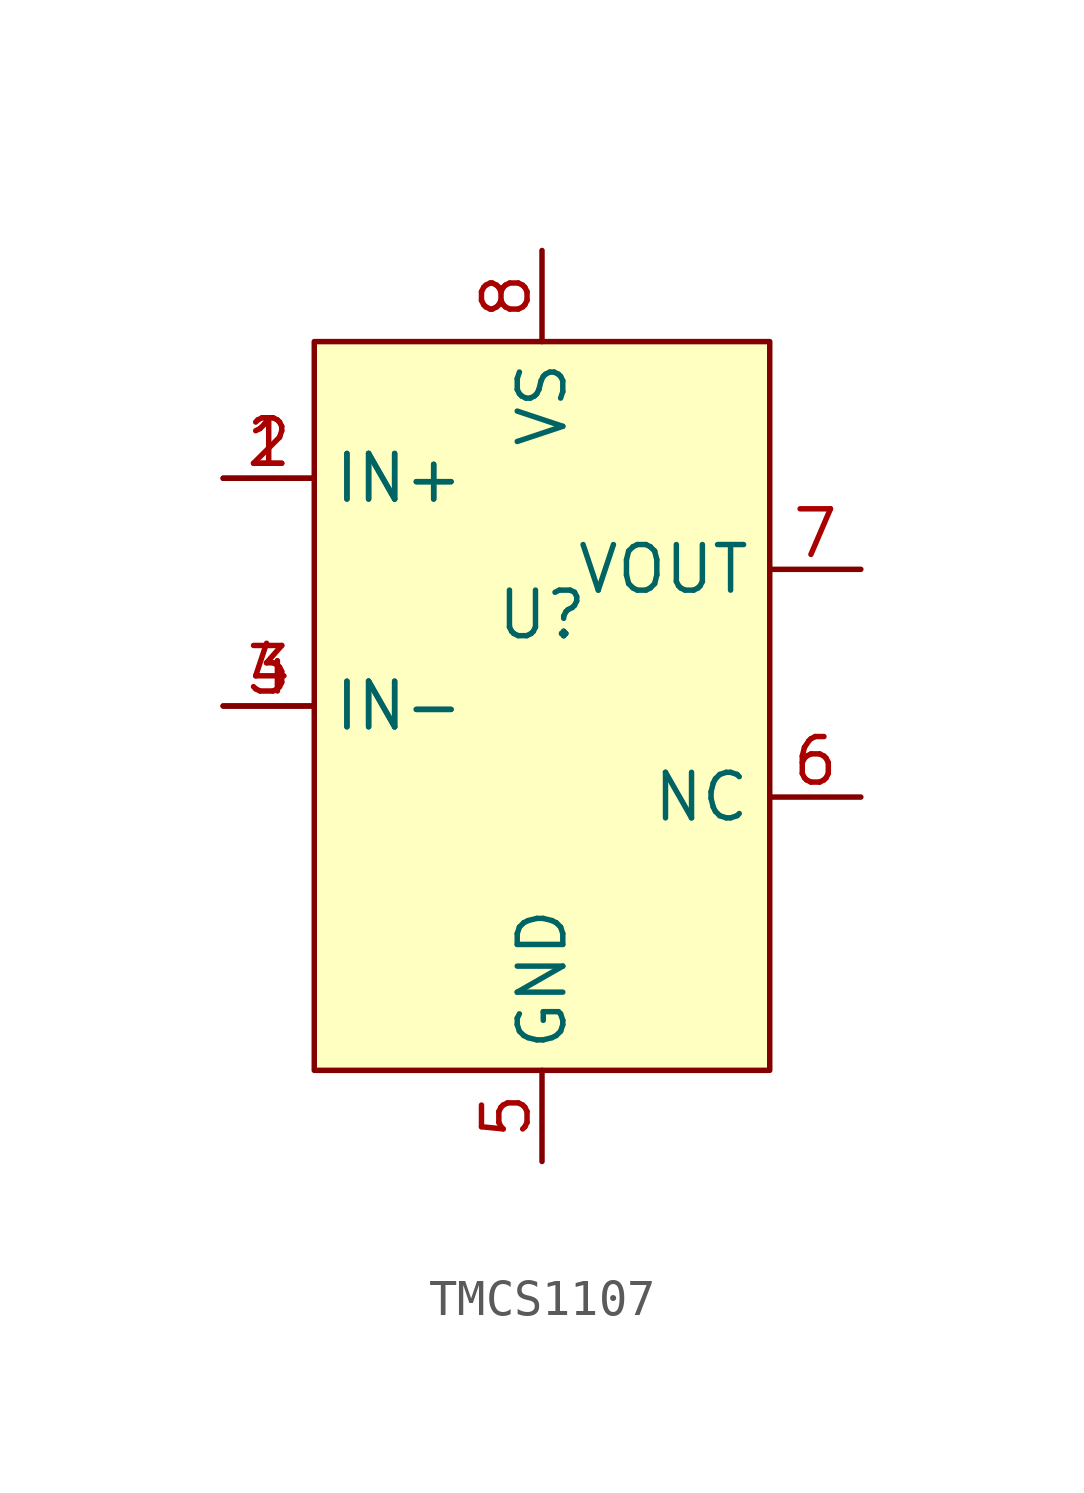
<source format=kicad_sym>
(kicad_symbol_lib
  (version 20241209)
  (generator "kicad_symbol_editor")
  (generator_version "9.0")
  (symbol "TMCS1107"
    (property "Reference" "U"
      (at 0 0 0)
      (effects (font (size 1.27 1.27))))
    (property "Value" ""
      (at 0 0 0)
      (effects (font (size 1.27 1.27))))
    (symbol "TMCS1107_1_1"
      (rectangle (start -6.35 7.62) (end 6.35 -12.7) (stroke (width 0) (type solid)) (fill (type background)))
      (pin input line (at -8.89 3.81 0) (length 2.54) (name "IN+" (effects (font (size 1.27 1.27)))) (number "1" (effects (font (size 1.27 1.27)))))
      (pin input line (at -8.89 3.81 0) (length 2.54) (name "IN+" (effects (font (size 1.27 1.27)))) (number "2" (effects (font (size 1.27 1.27)))))
      (pin output line (at -8.89 -2.54 0) (length 2.54) (name "IN-" (effects (font (size 1.27 1.27)))) (number "3" (effects (font (size 1.27 1.27)))))
      (pin output line (at -8.89 -2.54 0) (length 2.54) (name "IN-" (effects (font (size 1.27 1.27)))) (number "4" (effects (font (size 1.27 1.27)))))
      (pin power_in line (at 0 10.16 270) (length 2.54) (name "VS" (effects (font (size 1.27 1.27)))) (number "8" (effects (font (size 1.27 1.27)))))
      (pin power_in line (at 0 -15.24 90) (length 2.54) (name "GND" (effects (font (size 1.27 1.27)))) (number "5" (effects (font (size 1.27 1.27)))))
      (pin output line (at 8.89 1.27 180) (length 2.54) (name "VOUT" (effects (font (size 1.27 1.27)))) (number "7" (effects (font (size 1.27 1.27)))))
      (pin passive line (at 8.89 -5.08 180) (length 2.54) (name "NC" (effects (font (size 1.27 1.27)))) (number "6" (effects (font (size 1.27 1.27))))))))
</source>
